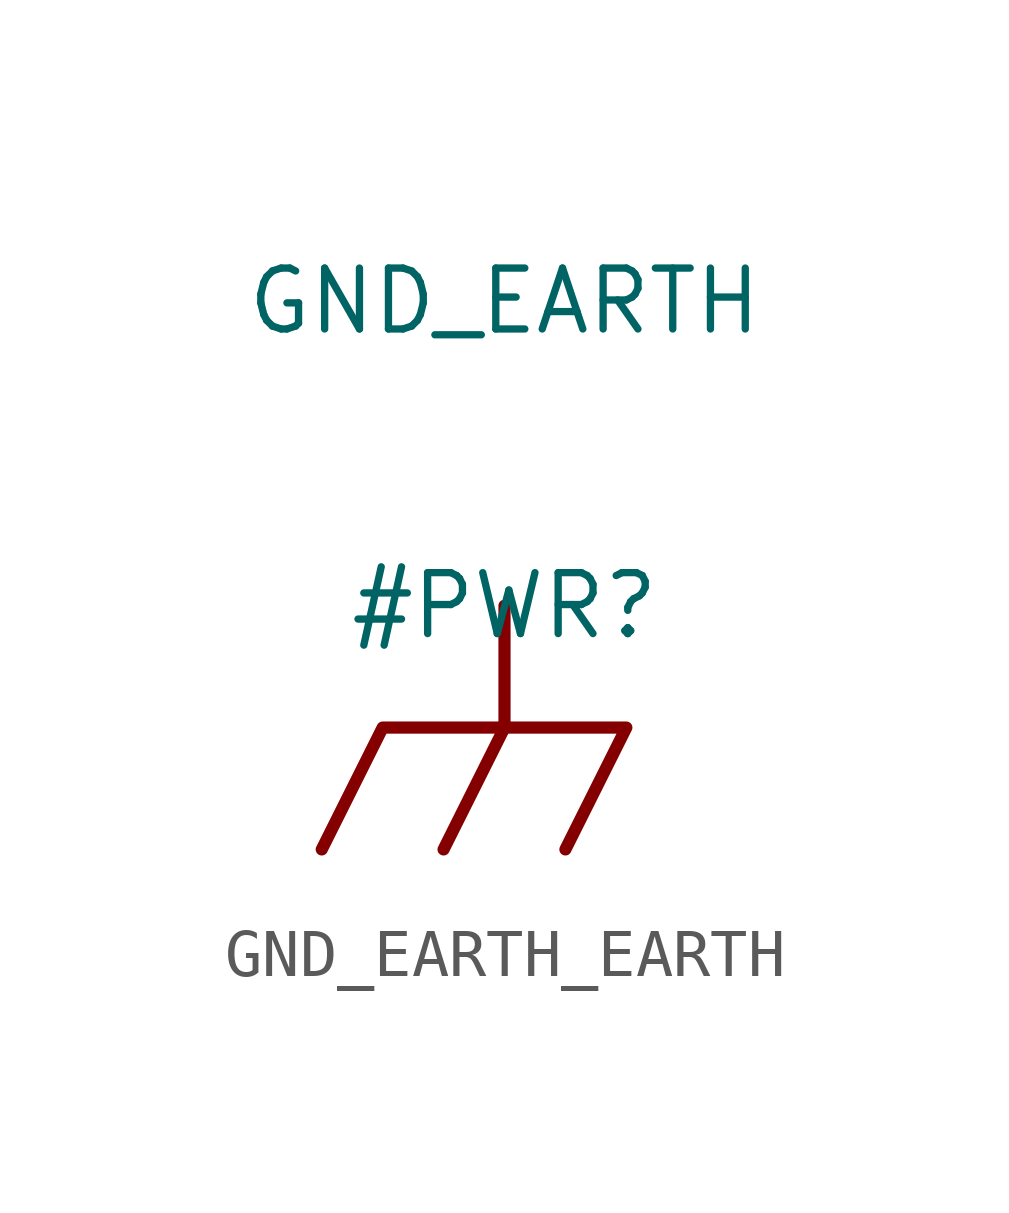
<source format=kicad_sym>
(kicad_symbol_lib
  (version 20231120)
  (generator "kicad_symbol_editor")
  (generator_version "8.0")
  (symbol "GND_EARTH_EARTH"
    (power)
    (property "Reference" "#PWR"
      (at 0 0 0)
      (effects (font (size 1.27 1.27))))
    (property "Value" "GND_EARTH"
      (at 0 6.35 0)
      (effects (font (size 1.27 1.27))))
    (symbol "GND_EARTH_EARTH_0_0"
      (polyline (pts (xy 0 -2.54) (xy -1.27 -5.08)) (stroke (width 0.254) (type solid)) (fill (type none)))
      (polyline (pts (xy 0 0) (xy 0 -2.54)) (stroke (width 0.254) (type solid)) (fill (type none)))
      (polyline (pts (xy -3.81 -5.08) (xy -2.54 -2.54) (xy 2.54 -2.54) (xy 1.27 -5.08)) (stroke (width 0.254) (type solid)) (fill (type none)))
      (pin power_in line (at 0 0 0) (length 0) hide (name "GND_EARTH" (effects (font (size 1.27 1.27)))) (number "" (effects (font (size 1.27 1.27))))))))
</source>
